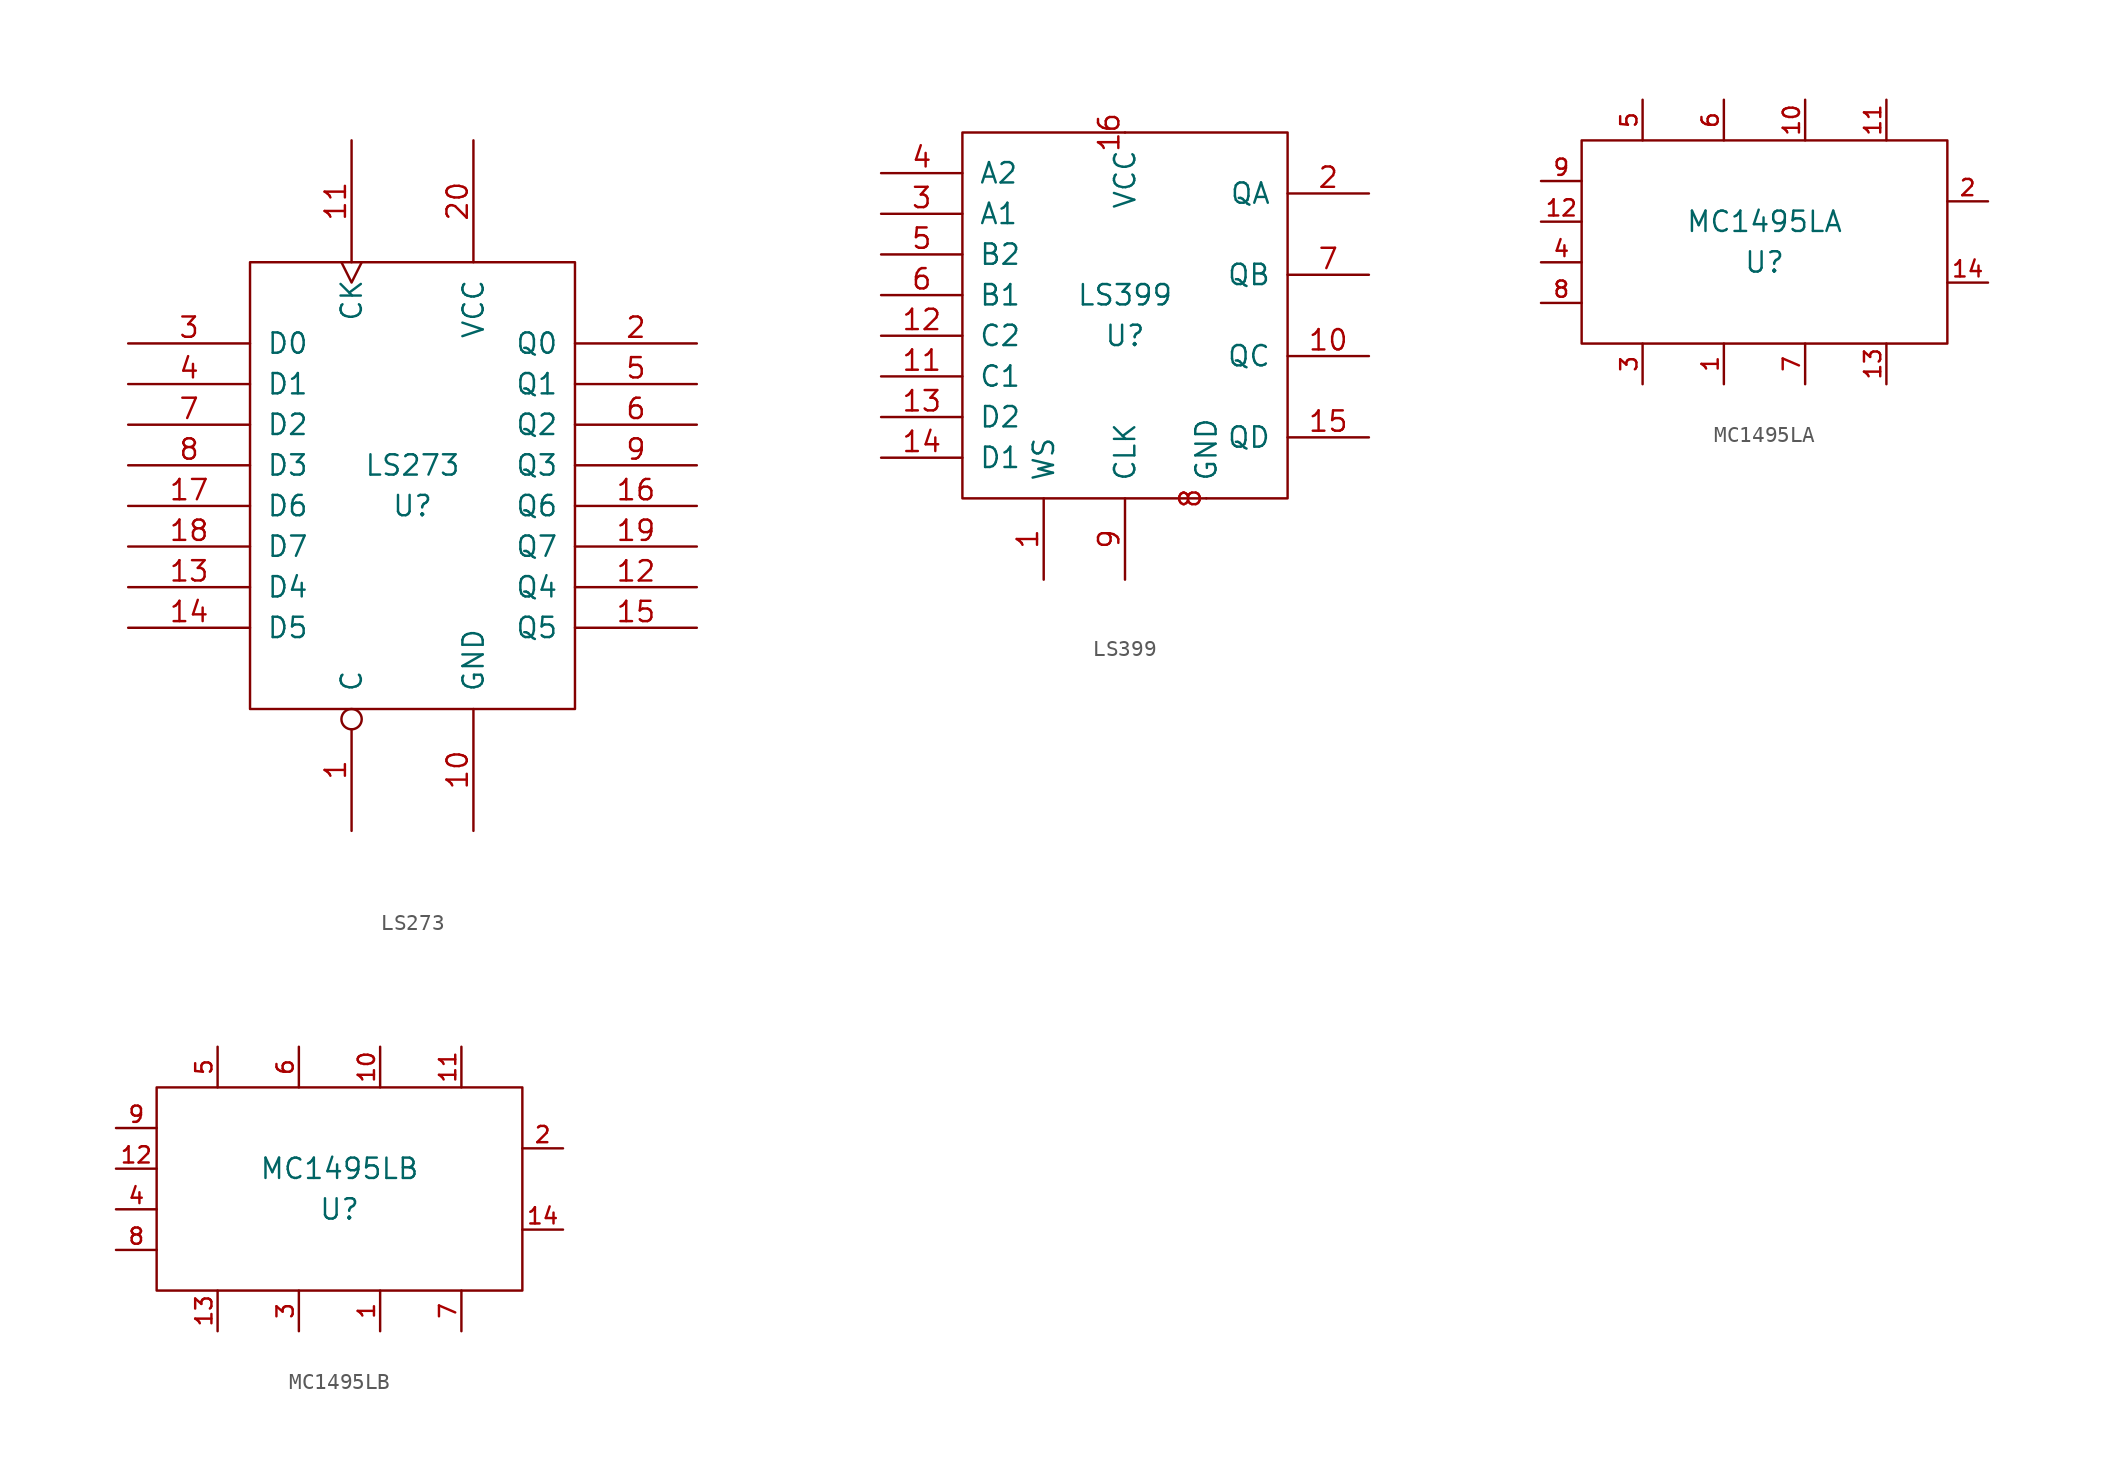
<source format=kicad_sym>
(kicad_symbol_lib
  (version 20211014)
  (generator kicad_symbol_editor)
  (symbol "LS273"
    (pin_names
      (offset 1.016))
    (property "Reference" "U"
      (at 0 -1.27 0)
      (effects (font (size 1.27 1.27))))
    (property "Value" "LS273"
      (at 0 1.27 0)
      (effects (font (size 1.27 1.27))))
    (symbol "LS273_1_1"
      (rectangle (start -10.16 13.97) (end 10.16 -13.97) (stroke (width 0) (type default) (color 0 0 0 0)) (fill (type none)))
      (pin input inverted (at -3.81 -21.59 90) (length 7.62) (name "C" (effects (font (size 1.27 1.27)))) (number "1" (effects (font (size 1.27 1.27)))))
      (pin power_in line (at 3.81 -21.59 90) (length 7.62) (name "GND" (effects (font (size 1.27 1.27)))) (number "10" (effects (font (size 1.27 1.27)))))
      (pin input clock (at -3.81 21.59 270) (length 7.62) (name "CK" (effects (font (size 1.27 1.27)))) (number "11" (effects (font (size 1.27 1.27)))))
      (pin output line (at 17.78 -6.35 180) (length 7.62) (name "Q4" (effects (font (size 1.27 1.27)))) (number "12" (effects (font (size 1.27 1.27)))))
      (pin input line (at -17.78 -6.35 0) (length 7.62) (name "D4" (effects (font (size 1.27 1.27)))) (number "13" (effects (font (size 1.27 1.27)))))
      (pin input line (at -17.78 -8.89 0) (length 7.62) (name "D5" (effects (font (size 1.27 1.27)))) (number "14" (effects (font (size 1.27 1.27)))))
      (pin output line (at 17.78 -8.89 180) (length 7.62) (name "Q5" (effects (font (size 1.27 1.27)))) (number "15" (effects (font (size 1.27 1.27)))))
      (pin output line (at 17.78 -1.27 180) (length 7.62) (name "Q6" (effects (font (size 1.27 1.27)))) (number "16" (effects (font (size 1.27 1.27)))))
      (pin input line (at -17.78 -1.27 0) (length 7.62) (name "D6" (effects (font (size 1.27 1.27)))) (number "17" (effects (font (size 1.27 1.27)))))
      (pin input line (at -17.78 -3.81 0) (length 7.62) (name "D7" (effects (font (size 1.27 1.27)))) (number "18" (effects (font (size 1.27 1.27)))))
      (pin output line (at 17.78 -3.81 180) (length 7.62) (name "Q7" (effects (font (size 1.27 1.27)))) (number "19" (effects (font (size 1.27 1.27)))))
      (pin output line (at 17.78 8.89 180) (length 7.62) (name "Q0" (effects (font (size 1.27 1.27)))) (number "2" (effects (font (size 1.27 1.27)))))
      (pin power_in line (at 3.81 21.59 270) (length 7.62) (name "VCC" (effects (font (size 1.27 1.27)))) (number "20" (effects (font (size 1.27 1.27)))))
      (pin input line (at -17.78 8.89 0) (length 7.62) (name "D0" (effects (font (size 1.27 1.27)))) (number "3" (effects (font (size 1.27 1.27)))))
      (pin input line (at -17.78 6.35 0) (length 7.62) (name "D1" (effects (font (size 1.27 1.27)))) (number "4" (effects (font (size 1.27 1.27)))))
      (pin output line (at 17.78 6.35 180) (length 7.62) (name "Q1" (effects (font (size 1.27 1.27)))) (number "5" (effects (font (size 1.27 1.27)))))
      (pin output line (at 17.78 3.81 180) (length 7.62) (name "Q2" (effects (font (size 1.27 1.27)))) (number "6" (effects (font (size 1.27 1.27)))))
      (pin input line (at -17.78 3.81 0) (length 7.62) (name "D2" (effects (font (size 1.27 1.27)))) (number "7" (effects (font (size 1.27 1.27)))))
      (pin input line (at -17.78 1.27 0) (length 7.62) (name "D3" (effects (font (size 1.27 1.27)))) (number "8" (effects (font (size 1.27 1.27)))))
      (pin output line (at 17.78 1.27 180) (length 7.62) (name "Q3" (effects (font (size 1.27 1.27)))) (number "9" (effects (font (size 1.27 1.27)))))))
  (symbol "LS399"
    (pin_names
      (offset 1.016))
    (property "Reference" "U"
      (at 0 -1.27 0)
      (effects (font (size 1.27 1.27))))
    (property "Value" "LS399"
      (at 0 1.27 0)
      (effects (font (size 1.27 1.27))))
    (symbol "LS399_0_1"
      (rectangle (start -10.16 11.43) (end 10.16 -11.43) (stroke (width 0) (type default) (color 0 0 0 0)) (fill (type none))))
    (symbol "LS399_1_1"
      (pin input line (at -5.08 -16.51 90) (length 5.08) (name "WS" (effects (font (size 1.27 1.27)))) (number "1" (effects (font (size 1.27 1.27)))))
      (pin output line (at 15.24 -2.54 180) (length 5.08) (name "QC" (effects (font (size 1.27 1.27)))) (number "10" (effects (font (size 1.27 1.27)))))
      (pin input line (at -15.24 -3.81 0) (length 5.08) (name "C1" (effects (font (size 1.27 1.27)))) (number "11" (effects (font (size 1.27 1.27)))))
      (pin input line (at -15.24 -1.27 0) (length 5.08) (name "C2" (effects (font (size 1.27 1.27)))) (number "12" (effects (font (size 1.27 1.27)))))
      (pin input line (at -15.24 -6.35 0) (length 5.08) (name "D2" (effects (font (size 1.27 1.27)))) (number "13" (effects (font (size 1.27 1.27)))))
      (pin input line (at -15.24 -8.89 0) (length 5.08) (name "D1" (effects (font (size 1.27 1.27)))) (number "14" (effects (font (size 1.27 1.27)))))
      (pin output line (at 15.24 -7.62 180) (length 5.08) (name "QD" (effects (font (size 1.27 1.27)))) (number "15" (effects (font (size 1.27 1.27)))))
      (pin power_in line (at 0 11.43 270) (length 0) (name "VCC" (effects (font (size 1.27 1.27)))) (number "16" (effects (font (size 1.27 1.27)))))
      (pin output line (at 15.24 7.62 180) (length 5.08) (name "QA" (effects (font (size 1.27 1.27)))) (number "2" (effects (font (size 1.27 1.27)))))
      (pin input line (at -15.24 6.35 0) (length 5.08) (name "A1" (effects (font (size 1.27 1.27)))) (number "3" (effects (font (size 1.27 1.27)))))
      (pin input line (at -15.24 8.89 0) (length 5.08) (name "A2" (effects (font (size 1.27 1.27)))) (number "4" (effects (font (size 1.27 1.27)))))
      (pin input line (at -15.24 3.81 0) (length 5.08) (name "B2" (effects (font (size 1.27 1.27)))) (number "5" (effects (font (size 1.27 1.27)))))
      (pin input line (at -15.24 1.27 0) (length 5.08) (name "B1" (effects (font (size 1.27 1.27)))) (number "6" (effects (font (size 1.27 1.27)))))
      (pin output line (at 15.24 2.54 180) (length 5.08) (name "QB" (effects (font (size 1.27 1.27)))) (number "7" (effects (font (size 1.27 1.27)))))
      (pin power_in line (at 5.08 -11.43 90) (length 0) (name "GND" (effects (font (size 1.27 1.27)))) (number "8" (effects (font (size 1.27 1.27)))))
      (pin input line (at 0 -16.51 90) (length 5.08) (name "CLK" (effects (font (size 1.27 1.27)))) (number "9" (effects (font (size 1.27 1.27)))))))
  (symbol "MC1495LA"
    (pin_names
      (offset 1.016))
    (property "Reference" "U"
      (at 0 -1.27 0)
      (effects (font (size 1.27 1.27))))
    (property "Value" "MC1495LA"
      (at 0 1.27 0)
      (effects (font (size 1.27 1.27))))
    (symbol "MC1495LA_0_1"
      (rectangle (start -11.43 6.35) (end 11.43 -6.35) (stroke (width 0) (type default) (color 0 0 0 0)) (fill (type none))))
    (symbol "MC1495LA_1_1"
      (pin power_in line (at -2.54 -8.89 90) (length 2.54) (name "~" (effects (font (size 1.016 1.016)))) (number "1" (effects (font (size 1.016 1.016)))))
      (pin passive line (at 2.54 8.89 270) (length 2.54) (name "~" (effects (font (size 1.016 1.016)))) (number "10" (effects (font (size 1.016 1.016)))))
      (pin passive line (at 7.62 8.89 270) (length 2.54) (name "~" (effects (font (size 1.016 1.016)))) (number "11" (effects (font (size 1.016 1.016)))))
      (pin passive line (at -13.97 1.27 0) (length 2.54) (name "~" (effects (font (size 1.016 1.016)))) (number "12" (effects (font (size 1.016 1.016)))))
      (pin passive line (at 7.62 -8.89 90) (length 2.54) (name "~" (effects (font (size 1.016 1.016)))) (number "13" (effects (font (size 1.016 1.016)))))
      (pin output line (at 13.97 -2.54 180) (length 2.54) (name "~" (effects (font (size 1.016 1.016)))) (number "14" (effects (font (size 1.016 1.016)))))
      (pin passive line (at 13.97 2.54 180) (length 2.54) (name "~" (effects (font (size 1.016 1.016)))) (number "2" (effects (font (size 1.016 1.016)))))
      (pin passive line (at -7.62 -8.89 90) (length 2.54) (name "~" (effects (font (size 1.016 1.016)))) (number "3" (effects (font (size 1.016 1.016)))))
      (pin input line (at -13.97 -1.27 0) (length 2.54) (name "~" (effects (font (size 1.016 1.016)))) (number "4" (effects (font (size 1.016 1.016)))))
      (pin passive line (at -7.62 8.89 270) (length 2.54) (name "~" (effects (font (size 1.016 1.016)))) (number "5" (effects (font (size 1.016 1.016)))))
      (pin passive line (at -2.54 8.89 270) (length 2.54) (name "~" (effects (font (size 1.016 1.016)))) (number "6" (effects (font (size 1.016 1.016)))))
      (pin power_in line (at 2.54 -8.89 90) (length 2.54) (name "~" (effects (font (size 1.016 1.016)))) (number "7" (effects (font (size 1.016 1.016)))))
      (pin passive line (at -13.97 -3.81 0) (length 2.54) (name "~" (effects (font (size 1.016 1.016)))) (number "8" (effects (font (size 1.016 1.016)))))
      (pin input line (at -13.97 3.81 0) (length 2.54) (name "~" (effects (font (size 1.016 1.016)))) (number "9" (effects (font (size 1.016 1.016)))))))
  (symbol "MC1495LB"
    (pin_names
      (offset 1.016))
    (property "Reference" "U"
      (at 0 -1.27 0)
      (effects (font (size 1.27 1.27))))
    (property "Value" "MC1495LB"
      (at 0 1.27 0)
      (effects (font (size 1.27 1.27))))
    (symbol "MC1495LB_1_1"
      (rectangle (start -11.43 6.35) (end 11.43 -6.35) (stroke (width 0) (type default) (color 0 0 0 0)) (fill (type none)))
      (pin power_in line (at 2.54 -8.89 90) (length 2.54) (name "~" (effects (font (size 1.016 1.016)))) (number "1" (effects (font (size 1.016 1.016)))))
      (pin passive line (at 2.54 8.89 270) (length 2.54) (name "~" (effects (font (size 1.016 1.016)))) (number "10" (effects (font (size 1.016 1.016)))))
      (pin passive line (at 7.62 8.89 270) (length 2.54) (name "~" (effects (font (size 1.016 1.016)))) (number "11" (effects (font (size 1.016 1.016)))))
      (pin passive line (at -13.97 1.27 0) (length 2.54) (name "~" (effects (font (size 1.016 1.016)))) (number "12" (effects (font (size 1.016 1.016)))))
      (pin passive line (at -7.62 -8.89 90) (length 2.54) (name "~" (effects (font (size 1.016 1.016)))) (number "13" (effects (font (size 1.016 1.016)))))
      (pin output line (at 13.97 -2.54 180) (length 2.54) (name "~" (effects (font (size 1.016 1.016)))) (number "14" (effects (font (size 1.016 1.016)))))
      (pin passive line (at 13.97 2.54 180) (length 2.54) (name "~" (effects (font (size 1.016 1.016)))) (number "2" (effects (font (size 1.016 1.016)))))
      (pin passive line (at -2.54 -8.89 90) (length 2.54) (name "~" (effects (font (size 1.016 1.016)))) (number "3" (effects (font (size 1.016 1.016)))))
      (pin input line (at -13.97 -1.27 0) (length 2.54) (name "~" (effects (font (size 1.016 1.016)))) (number "4" (effects (font (size 1.016 1.016)))))
      (pin passive line (at -7.62 8.89 270) (length 2.54) (name "~" (effects (font (size 1.016 1.016)))) (number "5" (effects (font (size 1.016 1.016)))))
      (pin passive line (at -2.54 8.89 270) (length 2.54) (name "~" (effects (font (size 1.016 1.016)))) (number "6" (effects (font (size 1.016 1.016)))))
      (pin power_in line (at 7.62 -8.89 90) (length 2.54) (name "~" (effects (font (size 1.016 1.016)))) (number "7" (effects (font (size 1.016 1.016)))))
      (pin passive line (at -13.97 -3.81 0) (length 2.54) (name "~" (effects (font (size 1.016 1.016)))) (number "8" (effects (font (size 1.016 1.016)))))
      (pin input line (at -13.97 3.81 0) (length 2.54) (name "~" (effects (font (size 1.016 1.016)))) (number "9" (effects (font (size 1.016 1.016))))))))
</source>
